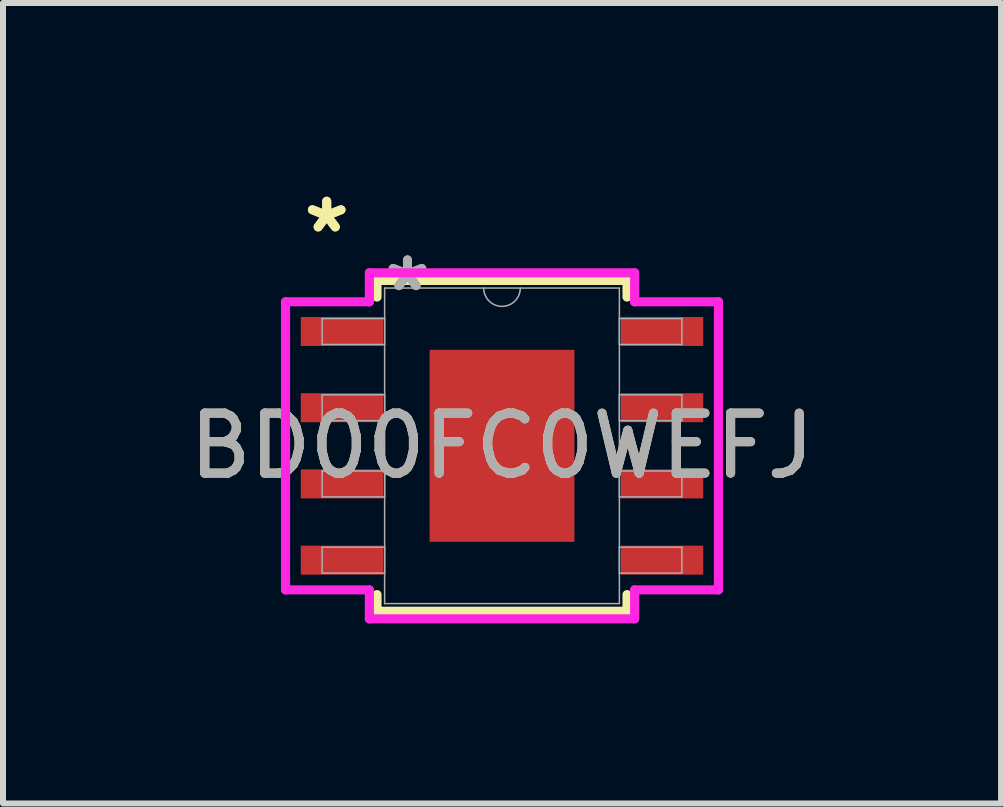
<source format=kicad_pcb>
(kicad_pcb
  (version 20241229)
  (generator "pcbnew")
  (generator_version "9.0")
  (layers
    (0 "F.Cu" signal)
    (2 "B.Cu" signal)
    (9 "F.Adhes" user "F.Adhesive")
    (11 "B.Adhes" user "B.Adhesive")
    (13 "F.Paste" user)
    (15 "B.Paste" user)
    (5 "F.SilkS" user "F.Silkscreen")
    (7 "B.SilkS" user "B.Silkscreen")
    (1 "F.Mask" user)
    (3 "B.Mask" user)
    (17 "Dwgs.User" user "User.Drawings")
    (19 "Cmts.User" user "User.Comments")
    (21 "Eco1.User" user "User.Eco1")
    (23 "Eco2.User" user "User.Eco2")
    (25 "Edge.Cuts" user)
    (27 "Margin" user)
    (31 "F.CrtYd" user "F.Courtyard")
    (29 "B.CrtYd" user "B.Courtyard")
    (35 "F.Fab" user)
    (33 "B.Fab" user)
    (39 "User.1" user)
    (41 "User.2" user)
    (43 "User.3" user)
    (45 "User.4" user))
  (footprint "BD00FC0WEFJ"
    (layer "F.Cu")
    (at 5.315 4.379)
    (property "Reference" "BD00FC0WEFJ" (at 0 0 0) (unlocked yes) (layer "F.SilkS") (effects (font (size 1 1) (thickness 0.15))))
    (attr smd)
    (fp_line (start -2.083 -2.756) (end -2.083 -2.479) (stroke (width 0.152) (type solid)) (layer "F.SilkS"))
    (fp_line (start -2.083 2.479) (end -2.083 2.756) (stroke (width 0.152) (type solid)) (layer "F.SilkS"))
    (fp_line (start -2.083 2.756) (end 2.083 2.756) (stroke (width 0.152) (type solid)) (layer "F.SilkS"))
    (fp_line (start 2.083 -2.756) (end -2.083 -2.756) (stroke (width 0.152) (type solid)) (layer "F.SilkS"))
    (fp_line (start 2.083 -2.479) (end 2.083 -2.756) (stroke (width 0.152) (type solid)) (layer "F.SilkS"))
    (fp_line (start 2.083 2.756) (end 2.083 2.479) (stroke (width 0.152) (type solid)) (layer "F.SilkS"))
    (fp_poly (pts (xy -1.107 -1.5) (xy -1.107 -0.1) (xy 1.107 -0.1) (xy 1.107 -1.5)) (stroke (width 0) (type solid)) (fill yes) (layer "F.Paste"))
    (fp_poly (pts (xy -1.107 0.1) (xy -1.107 1.5) (xy 1.107 1.5) (xy 1.107 0.1)) (stroke (width 0) (type solid)) (fill yes) (layer "F.Paste"))
    (fp_line (start -3.607 -2.4) (end -2.21 -2.4) (stroke (width 0.152) (type solid)) (layer "F.CrtYd"))
    (fp_line (start -3.607 2.4) (end -3.607 -2.4) (stroke (width 0.152) (type solid)) (layer "F.CrtYd"))
    (fp_line (start -3.607 2.4) (end -2.21 2.4) (stroke (width 0.152) (type solid)) (layer "F.CrtYd"))
    (fp_line (start -2.21 -2.883) (end 2.21 -2.883) (stroke (width 0.152) (type solid)) (layer "F.CrtYd"))
    (fp_line (start -2.21 -2.4) (end -2.21 -2.883) (stroke (width 0.152) (type solid)) (layer "F.CrtYd"))
    (fp_line (start -2.21 2.883) (end -2.21 2.4) (stroke (width 0.152) (type solid)) (layer "F.CrtYd"))
    (fp_line (start 2.21 -2.883) (end 2.21 -2.4) (stroke (width 0.152) (type solid)) (layer "F.CrtYd"))
    (fp_line (start 2.21 2.4) (end 2.21 2.883) (stroke (width 0.152) (type solid)) (layer "F.CrtYd"))
    (fp_line (start 2.21 2.883) (end -2.21 2.883) (stroke (width 0.152) (type solid)) (layer "F.CrtYd"))
    (fp_line (start 3.607 -2.4) (end 2.21 -2.4) (stroke (width 0.152) (type solid)) (layer "F.CrtYd"))
    (fp_line (start 3.607 -2.4) (end 3.607 2.4) (stroke (width 0.152) (type solid)) (layer "F.CrtYd"))
    (fp_line (start 3.607 2.4) (end 2.21 2.4) (stroke (width 0.152) (type solid)) (layer "F.CrtYd"))
    (fp_line (start -2.997 -2.121) (end -2.997 -1.689) (stroke (width 0.025) (type solid)) (layer "F.Fab"))
    (fp_line (start -2.997 -1.689) (end -1.956 -1.689) (stroke (width 0.025) (type solid)) (layer "F.Fab"))
    (fp_line (start -2.997 -0.851) (end -2.997 -0.419) (stroke (width 0.025) (type solid)) (layer "F.Fab"))
    (fp_line (start -2.997 -0.419) (end -1.956 -0.419) (stroke (width 0.025) (type solid)) (layer "F.Fab"))
    (fp_line (start -2.997 0.419) (end -2.997 0.851) (stroke (width 0.025) (type solid)) (layer "F.Fab"))
    (fp_line (start -2.997 0.851) (end -1.956 0.851) (stroke (width 0.025) (type solid)) (layer "F.Fab"))
    (fp_line (start -2.997 1.689) (end -2.997 2.121) (stroke (width 0.025) (type solid)) (layer "F.Fab"))
    (fp_line (start -2.997 2.121) (end -1.956 2.121) (stroke (width 0.025) (type solid)) (layer "F.Fab"))
    (fp_line (start -1.956 -2.629) (end -1.956 2.629) (stroke (width 0.025) (type solid)) (layer "F.Fab"))
    (fp_line (start -1.956 -2.121) (end -2.997 -2.121) (stroke (width 0.025) (type solid)) (layer "F.Fab"))
    (fp_line (start -1.956 -1.689) (end -1.956 -2.121) (stroke (width 0.025) (type solid)) (layer "F.Fab"))
    (fp_line (start -1.956 -0.851) (end -2.997 -0.851) (stroke (width 0.025) (type solid)) (layer "F.Fab"))
    (fp_line (start -1.956 -0.419) (end -1.956 -0.851) (stroke (width 0.025) (type solid)) (layer "F.Fab"))
    (fp_line (start -1.956 0.419) (end -2.997 0.419) (stroke (width 0.025) (type solid)) (layer "F.Fab"))
    (fp_line (start -1.956 0.851) (end -1.956 0.419) (stroke (width 0.025) (type solid)) (layer "F.Fab"))
    (fp_line (start -1.956 1.689) (end -2.997 1.689) (stroke (width 0.025) (type solid)) (layer "F.Fab"))
    (fp_line (start -1.956 2.121) (end -1.956 1.689) (stroke (width 0.025) (type solid)) (layer "F.Fab"))
    (fp_line (start -1.956 2.629) (end 1.956 2.629) (stroke (width 0.025) (type solid)) (layer "F.Fab"))
    (fp_line (start 1.956 -2.629) (end -1.956 -2.629) (stroke (width 0.025) (type solid)) (layer "F.Fab"))
    (fp_line (start 1.956 -2.121) (end 1.956 -1.689) (stroke (width 0.025) (type solid)) (layer "F.Fab"))
    (fp_line (start 1.956 -1.689) (end 2.997 -1.689) (stroke (width 0.025) (type solid)) (layer "F.Fab"))
    (fp_line (start 1.956 -0.851) (end 1.956 -0.419) (stroke (width 0.025) (type solid)) (layer "F.Fab"))
    (fp_line (start 1.956 -0.419) (end 2.997 -0.419) (stroke (width 0.025) (type solid)) (layer "F.Fab"))
    (fp_line (start 1.956 0.419) (end 1.956 0.851) (stroke (width 0.025) (type solid)) (layer "F.Fab"))
    (fp_line (start 1.956 0.851) (end 2.997 0.851) (stroke (width 0.025) (type solid)) (layer "F.Fab"))
    (fp_line (start 1.956 1.689) (end 1.956 2.121) (stroke (width 0.025) (type solid)) (layer "F.Fab"))
    (fp_line (start 1.956 2.121) (end 2.997 2.121) (stroke (width 0.025) (type solid)) (layer "F.Fab"))
    (fp_line (start 1.956 2.629) (end 1.956 -2.629) (stroke (width 0.025) (type solid)) (layer "F.Fab"))
    (fp_line (start 2.997 -2.121) (end 1.956 -2.121) (stroke (width 0.025) (type solid)) (layer "F.Fab"))
    (fp_line (start 2.997 -1.689) (end 2.997 -2.121) (stroke (width 0.025) (type solid)) (layer "F.Fab"))
    (fp_line (start 2.997 -0.851) (end 1.956 -0.851) (stroke (width 0.025) (type solid)) (layer "F.Fab"))
    (fp_line (start 2.997 -0.419) (end 2.997 -0.851) (stroke (width 0.025) (type solid)) (layer "F.Fab"))
    (fp_line (start 2.997 0.419) (end 1.956 0.419) (stroke (width 0.025) (type solid)) (layer "F.Fab"))
    (fp_line (start 2.997 0.851) (end 2.997 0.419) (stroke (width 0.025) (type solid)) (layer "F.Fab"))
    (fp_line (start 2.997 1.689) (end 1.956 1.689) (stroke (width 0.025) (type solid)) (layer "F.Fab"))
    (fp_line (start 2.997 2.121) (end 2.997 1.689) (stroke (width 0.025) (type solid)) (layer "F.Fab"))
    (fp_arc (start 0.3048 -2.6289) (mid 0 -2.3241) (end -0.3048 -2.6289) (stroke (width 0.0254) (type solid)) (layer "F.Fab"))
    (fp_text user "*" (at -2.921 -3.531 0) (layer "F.SilkS") (effects (font (size 1 1) (thickness 0.15))))
    (fp_text user "*" (at -2.921 -3.531 0) (unlocked yes) (layer "F.SilkS") (effects (font (size 1 1) (thickness 0.15))))
    (fp_text user "*" (at -1.575 -2.553 0) (layer "F.Fab") (effects (font (size 1 1) (thickness 0.15))))
    (fp_text user "*" (at -1.575 -2.553 0) (unlocked yes) (layer "F.Fab") (effects (font (size 1 1) (thickness 0.15))))
    (fp_text user "${REFERENCE}" (at 0 0 0) (unlocked yes) (layer "F.Fab") (effects (font (size 1 1) (thickness 0.15))))
    (pad "1" smd rect (at -2.667 -1.905) (size 1.372 0.483) (layers "F.Cu" "F.Mask" "F.Paste"))
    (pad "2" smd rect (at -2.667 -0.635) (size 1.372 0.483) (layers "F.Cu" "F.Mask" "F.Paste"))
    (pad "3" smd rect (at -2.667 0.635) (size 1.372 0.483) (layers "F.Cu" "F.Mask" "F.Paste"))
    (pad "4" smd rect (at -2.667 1.905) (size 1.372 0.483) (layers "F.Cu" "F.Mask" "F.Paste"))
    (pad "5" smd rect (at 2.667 1.905) (size 1.372 0.483) (layers "F.Cu" "F.Mask" "F.Paste"))
    (pad "6" smd rect (at 2.667 0.635) (size 1.372 0.483) (layers "F.Cu" "F.Mask" "F.Paste"))
    (pad "7" smd rect (at 2.667 -0.635) (size 1.372 0.483) (layers "F.Cu" "F.Mask" "F.Paste"))
    (pad "8" smd rect (at 2.667 -1.905) (size 1.372 0.483) (layers "F.Cu" "F.Mask" "F.Paste"))
    (pad "EPAD" smd rect (at 0 0) (size 2.413 3.2) (layers "F.Cu" "F.Mask")))
  (gr_rect
    (start -3 -3)
    (end 13.631 10.338)
    (stroke (width 0.1) (type default))
    (fill no)
    (layer "Edge.Cuts")))
</source>
